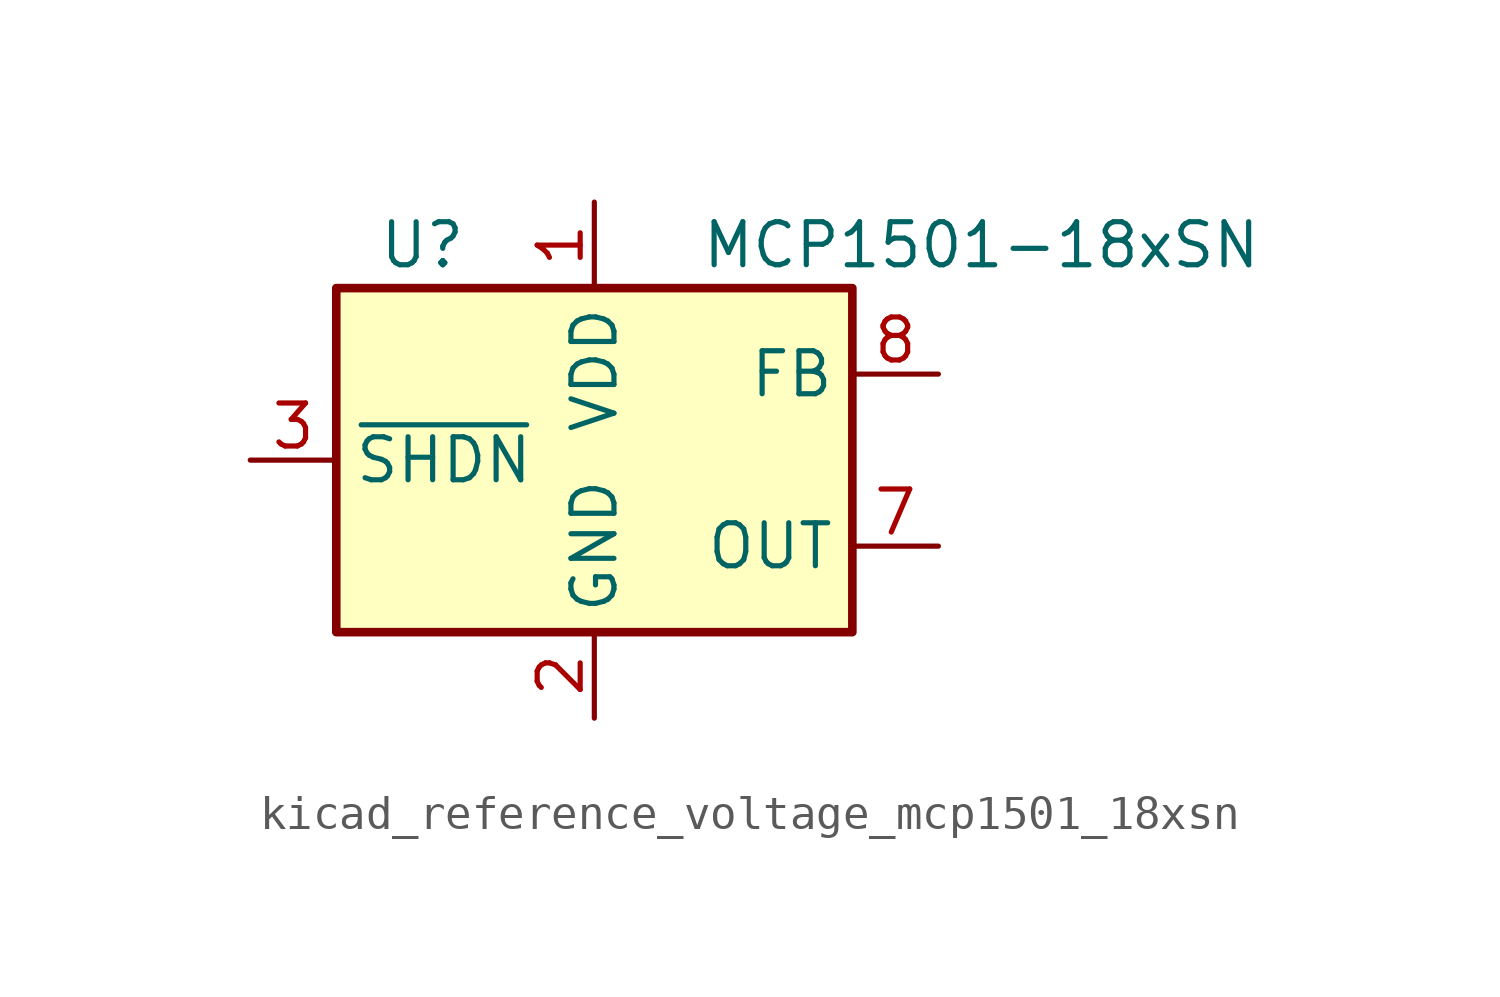
<source format=kicad_sym>
(kicad_symbol_lib
  (version 20220914)
  (generator kicad_symbol_editor)
  (symbol "kicad_reference_voltage_mcp1501_18xsn"
    (property "Reference" "U"
      (at -5.08 6.35 0)
      (effects (font (size 1.27 1.27))))
    (property "Value" "MCP1501-18xSN"
      (at 11.43 6.35 0)
      (effects (font (size 1.27 1.27))))
    (symbol "kicad_reference_voltage_mcp1501_18xsn_0_0"
      (pin power_in line (at 0 7.62 270) (length 2.54) (name "VDD" (effects (font (size 1.27 1.27)))) (number "1" (effects (font (size 1.27 1.27)))))
      (pin power_in line (at 0 -7.62 90) (length 2.54) (name "GND" (effects (font (size 1.27 1.27)))) (number "2" (effects (font (size 1.27 1.27)))))
      (pin input line (at -10.16 0 0) (length 2.54) (name "~{SHDN}" (effects (font (size 1.27 1.27)))) (number "3" (effects (font (size 1.27 1.27)))))
      (pin passive line (at 0 -7.62 90) (length 2.54) hide (name "GND" (effects (font (size 1.27 1.27)))) (number "4" (effects (font (size 1.27 1.27)))))
      (pin passive line (at 0 -7.62 90) (length 2.54) hide (name "GND" (effects (font (size 1.27 1.27)))) (number "5" (effects (font (size 1.27 1.27)))))
      (pin passive line (at 0 -7.62 90) (length 2.54) hide (name "GND" (effects (font (size 1.27 1.27)))) (number "6" (effects (font (size 1.27 1.27)))))
      (pin power_out line (at 10.16 -2.54 180) (length 2.54) (name "OUT" (effects (font (size 1.27 1.27)))) (number "7" (effects (font (size 1.27 1.27)))))
      (pin input line (at 10.16 2.54 180) (length 2.54) (name "FB" (effects (font (size 1.27 1.27)))) (number "8" (effects (font (size 1.27 1.27))))))
    (symbol "kicad_reference_voltage_mcp1501_18xsn_0_1"
      (rectangle (start -7.62 5.08) (end 7.62 -5.08) (stroke (width 0.254) (type default)) (fill (type background))))))
</source>
